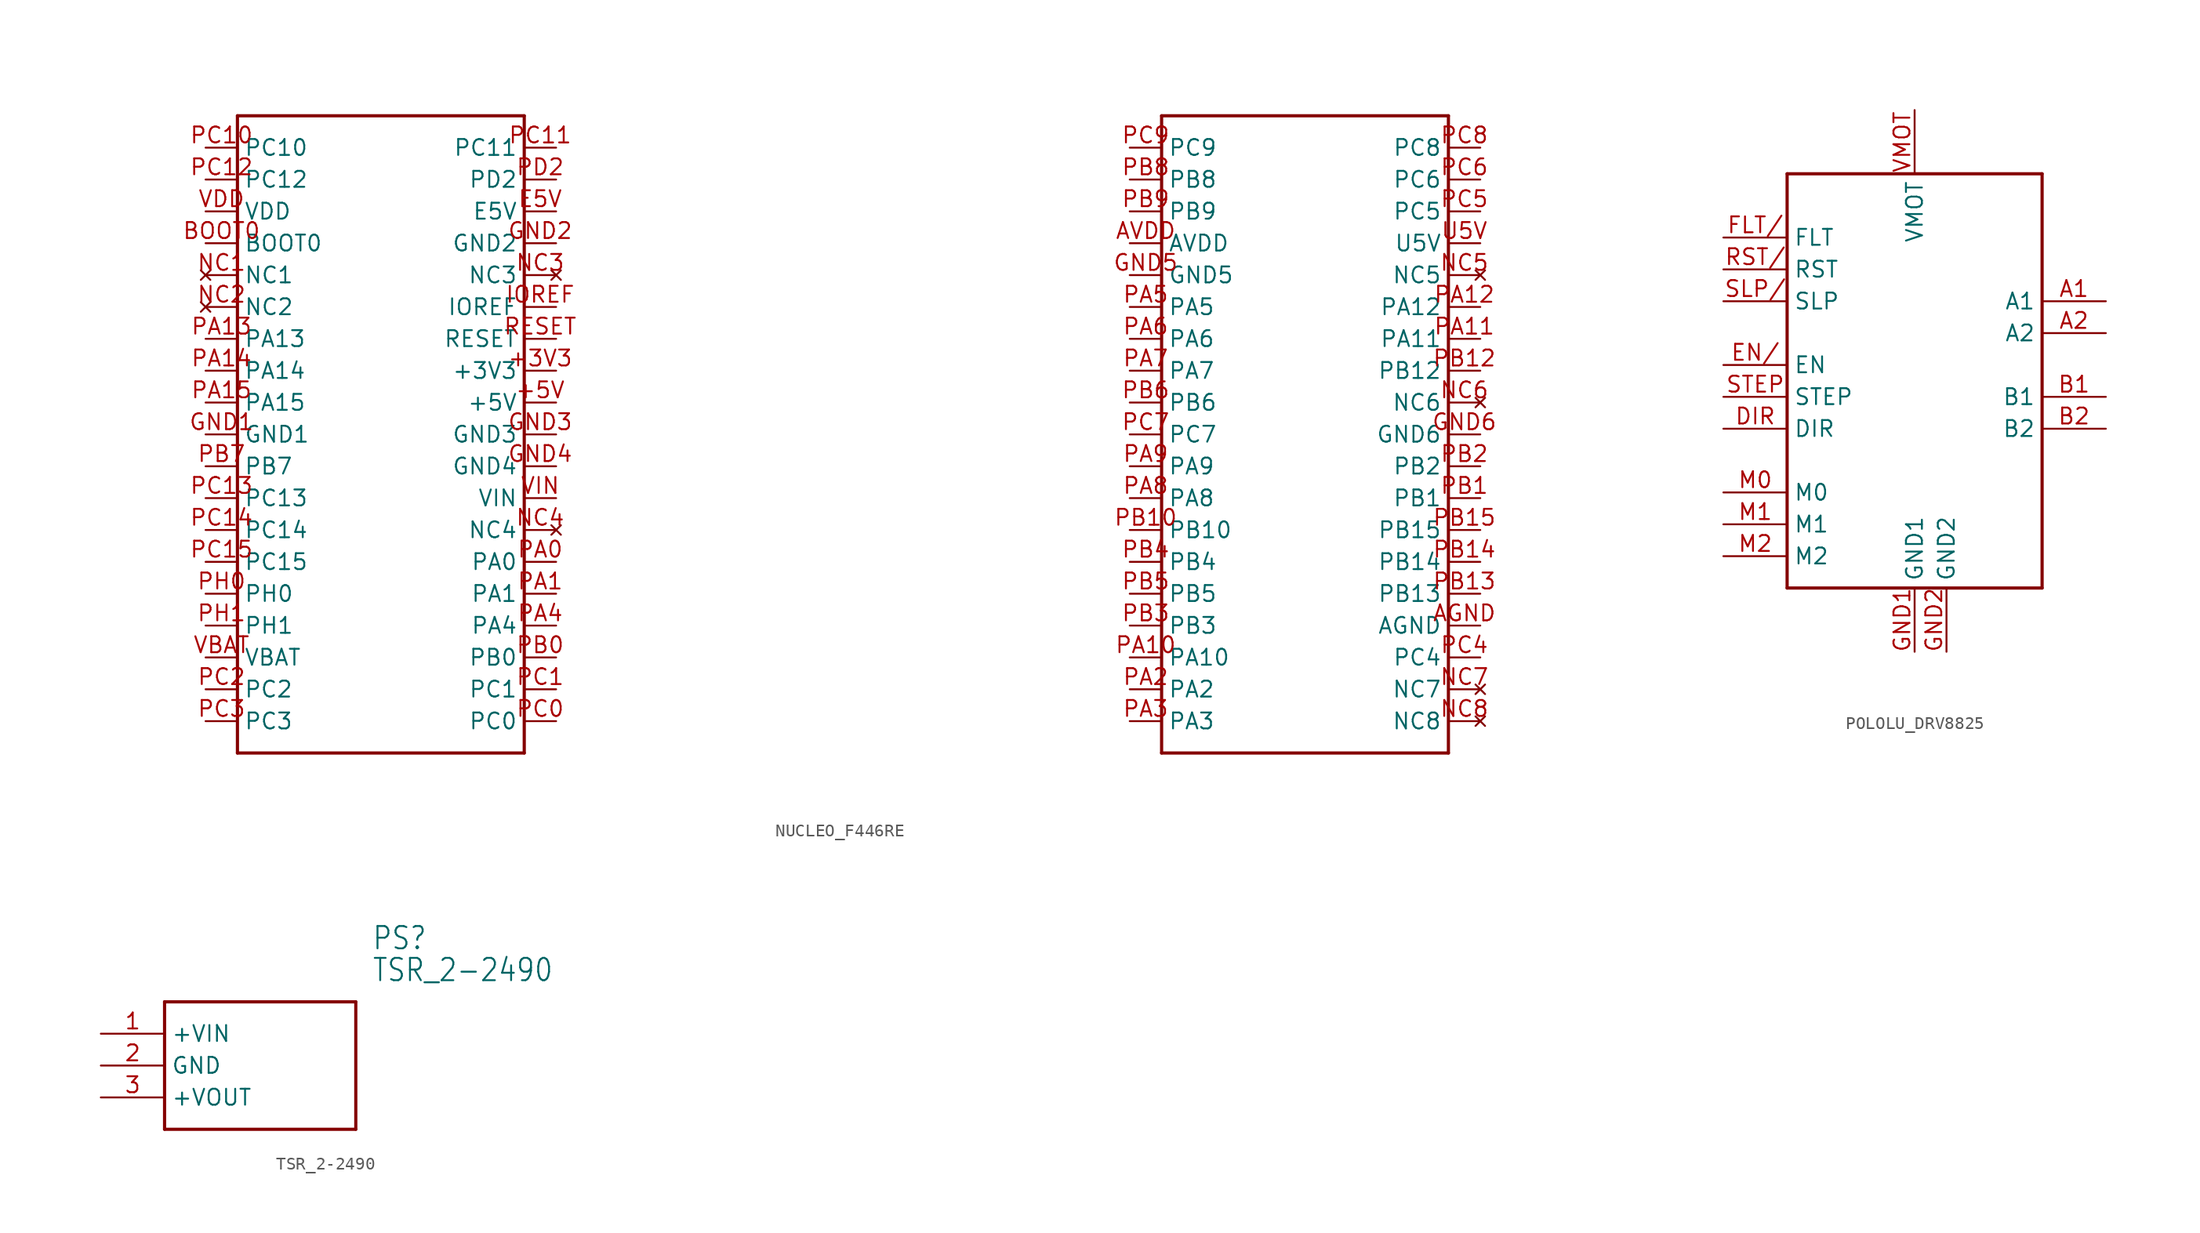
<source format=kicad_sym>
(kicad_symbol_lib
  (version 20211014)
  (generator kicad_symbol_editor)
  (symbol "NUCLEO_F446RE"
    (property "Reference" ""
      (at 0 0 0)
      (effects (font (size 1.27 1.27)) hide))
    (property "ki_locked" ""
      (at 0 0 0)
      (effects (font (size 1.27 1.27))))
    (symbol "NUCLEO_F446RE_1_0"
      (polyline (pts (xy -50.8 -25.4) (xy -50.8 25.4)) (stroke (width 0.254) (type default) (color 0 0 0 0)) (fill (type none)))
      (polyline (pts (xy -50.8 25.4) (xy -27.94 25.4)) (stroke (width 0.254) (type default) (color 0 0 0 0)) (fill (type none)))
      (polyline (pts (xy -27.94 -25.4) (xy -50.8 -25.4)) (stroke (width 0.254) (type default) (color 0 0 0 0)) (fill (type none)))
      (polyline (pts (xy -27.94 25.4) (xy -27.94 -25.4)) (stroke (width 0.254) (type default) (color 0 0 0 0)) (fill (type none)))
      (polyline (pts (xy 22.86 -25.4) (xy 22.86 25.4)) (stroke (width 0.254) (type default) (color 0 0 0 0)) (fill (type none)))
      (polyline (pts (xy 22.86 25.4) (xy 45.72 25.4)) (stroke (width 0.254) (type default) (color 0 0 0 0)) (fill (type none)))
      (polyline (pts (xy 45.72 -25.4) (xy 22.86 -25.4)) (stroke (width 0.254) (type default) (color 0 0 0 0)) (fill (type none)))
      (polyline (pts (xy 45.72 25.4) (xy 45.72 -25.4)) (stroke (width 0.254) (type default) (color 0 0 0 0)) (fill (type none)))
      (pin bidirectional line (at -25.4 5.08 180) (length 2.54) (name "+3V3" (effects (font (size 1.27 1.27)))) (number "+3V3" (effects (font (size 1.27 1.27)))))
      (pin bidirectional line (at -25.4 2.54 180) (length 2.54) (name "+5V" (effects (font (size 1.27 1.27)))) (number "+5V" (effects (font (size 1.27 1.27)))))
      (pin bidirectional line (at 48.26 -15.24 180) (length 2.54) (name "AGND" (effects (font (size 1.27 1.27)))) (number "AGND" (effects (font (size 1.27 1.27)))))
      (pin bidirectional line (at 20.32 15.24 0) (length 2.54) (name "AVDD" (effects (font (size 1.27 1.27)))) (number "AVDD" (effects (font (size 1.27 1.27)))))
      (pin bidirectional line (at -53.34 15.24 0) (length 2.54) (name "BOOT0" (effects (font (size 1.27 1.27)))) (number "BOOT0" (effects (font (size 1.27 1.27)))))
      (pin bidirectional line (at -25.4 17.78 180) (length 2.54) (name "E5V" (effects (font (size 1.27 1.27)))) (number "E5V" (effects (font (size 1.27 1.27)))))
      (pin bidirectional line (at -53.34 0 0) (length 2.54) (name "GND1" (effects (font (size 1.27 1.27)))) (number "GND1" (effects (font (size 1.27 1.27)))))
      (pin bidirectional line (at -25.4 15.24 180) (length 2.54) (name "GND2" (effects (font (size 1.27 1.27)))) (number "GND2" (effects (font (size 1.27 1.27)))))
      (pin bidirectional line (at -25.4 0 180) (length 2.54) (name "GND3" (effects (font (size 1.27 1.27)))) (number "GND3" (effects (font (size 1.27 1.27)))))
      (pin bidirectional line (at -25.4 -2.54 180) (length 2.54) (name "GND4" (effects (font (size 1.27 1.27)))) (number "GND4" (effects (font (size 1.27 1.27)))))
      (pin bidirectional line (at 20.32 12.7 0) (length 2.54) (name "GND5" (effects (font (size 1.27 1.27)))) (number "GND5" (effects (font (size 1.27 1.27)))))
      (pin bidirectional line (at 48.26 0 180) (length 2.54) (name "GND6" (effects (font (size 1.27 1.27)))) (number "GND6" (effects (font (size 1.27 1.27)))))
      (pin bidirectional line (at -25.4 10.16 180) (length 2.54) (name "IOREF" (effects (font (size 1.27 1.27)))) (number "IOREF" (effects (font (size 1.27 1.27)))))
      (pin no_connect line (at -53.34 12.7 0) (length 2.54) (name "NC1" (effects (font (size 1.27 1.27)))) (number "NC1" (effects (font (size 1.27 1.27)))))
      (pin no_connect line (at -53.34 10.16 0) (length 2.54) (name "NC2" (effects (font (size 1.27 1.27)))) (number "NC2" (effects (font (size 1.27 1.27)))))
      (pin no_connect line (at -25.4 12.7 180) (length 2.54) (name "NC3" (effects (font (size 1.27 1.27)))) (number "NC3" (effects (font (size 1.27 1.27)))))
      (pin no_connect line (at -25.4 -7.62 180) (length 2.54) (name "NC4" (effects (font (size 1.27 1.27)))) (number "NC4" (effects (font (size 1.27 1.27)))))
      (pin no_connect line (at 48.26 12.7 180) (length 2.54) (name "NC5" (effects (font (size 1.27 1.27)))) (number "NC5" (effects (font (size 1.27 1.27)))))
      (pin no_connect line (at 48.26 2.54 180) (length 2.54) (name "NC6" (effects (font (size 1.27 1.27)))) (number "NC6" (effects (font (size 1.27 1.27)))))
      (pin no_connect line (at 48.26 -20.32 180) (length 2.54) (name "NC7" (effects (font (size 1.27 1.27)))) (number "NC7" (effects (font (size 1.27 1.27)))))
      (pin no_connect line (at 48.26 -22.86 180) (length 2.54) (name "NC8" (effects (font (size 1.27 1.27)))) (number "NC8" (effects (font (size 1.27 1.27)))))
      (pin bidirectional line (at -25.4 -10.16 180) (length 2.54) (name "PA0" (effects (font (size 1.27 1.27)))) (number "PA0" (effects (font (size 1.27 1.27)))))
      (pin bidirectional line (at -25.4 -12.7 180) (length 2.54) (name "PA1" (effects (font (size 1.27 1.27)))) (number "PA1" (effects (font (size 1.27 1.27)))))
      (pin bidirectional line (at 20.32 -17.78 0) (length 2.54) (name "PA10" (effects (font (size 1.27 1.27)))) (number "PA10" (effects (font (size 1.27 1.27)))))
      (pin bidirectional line (at 48.26 7.62 180) (length 2.54) (name "PA11" (effects (font (size 1.27 1.27)))) (number "PA11" (effects (font (size 1.27 1.27)))))
      (pin bidirectional line (at 48.26 10.16 180) (length 2.54) (name "PA12" (effects (font (size 1.27 1.27)))) (number "PA12" (effects (font (size 1.27 1.27)))))
      (pin bidirectional line (at -53.34 7.62 0) (length 2.54) (name "PA13" (effects (font (size 1.27 1.27)))) (number "PA13" (effects (font (size 1.27 1.27)))))
      (pin bidirectional line (at -53.34 5.08 0) (length 2.54) (name "PA14" (effects (font (size 1.27 1.27)))) (number "PA14" (effects (font (size 1.27 1.27)))))
      (pin bidirectional line (at -53.34 2.54 0) (length 2.54) (name "PA15" (effects (font (size 1.27 1.27)))) (number "PA15" (effects (font (size 1.27 1.27)))))
      (pin bidirectional line (at 20.32 -20.32 0) (length 2.54) (name "PA2" (effects (font (size 1.27 1.27)))) (number "PA2" (effects (font (size 1.27 1.27)))))
      (pin bidirectional line (at 20.32 -22.86 0) (length 2.54) (name "PA3" (effects (font (size 1.27 1.27)))) (number "PA3" (effects (font (size 1.27 1.27)))))
      (pin bidirectional line (at -25.4 -15.24 180) (length 2.54) (name "PA4" (effects (font (size 1.27 1.27)))) (number "PA4" (effects (font (size 1.27 1.27)))))
      (pin bidirectional line (at 20.32 10.16 0) (length 2.54) (name "PA5" (effects (font (size 1.27 1.27)))) (number "PA5" (effects (font (size 1.27 1.27)))))
      (pin bidirectional line (at 20.32 7.62 0) (length 2.54) (name "PA6" (effects (font (size 1.27 1.27)))) (number "PA6" (effects (font (size 1.27 1.27)))))
      (pin bidirectional line (at 20.32 5.08 0) (length 2.54) (name "PA7" (effects (font (size 1.27 1.27)))) (number "PA7" (effects (font (size 1.27 1.27)))))
      (pin bidirectional line (at 20.32 -5.08 0) (length 2.54) (name "PA8" (effects (font (size 1.27 1.27)))) (number "PA8" (effects (font (size 1.27 1.27)))))
      (pin bidirectional line (at 20.32 -2.54 0) (length 2.54) (name "PA9" (effects (font (size 1.27 1.27)))) (number "PA9" (effects (font (size 1.27 1.27)))))
      (pin bidirectional line (at -25.4 -17.78 180) (length 2.54) (name "PB0" (effects (font (size 1.27 1.27)))) (number "PB0" (effects (font (size 1.27 1.27)))))
      (pin bidirectional line (at 48.26 -5.08 180) (length 2.54) (name "PB1" (effects (font (size 1.27 1.27)))) (number "PB1" (effects (font (size 1.27 1.27)))))
      (pin bidirectional line (at 20.32 -7.62 0) (length 2.54) (name "PB10" (effects (font (size 1.27 1.27)))) (number "PB10" (effects (font (size 1.27 1.27)))))
      (pin bidirectional line (at 48.26 5.08 180) (length 2.54) (name "PB12" (effects (font (size 1.27 1.27)))) (number "PB12" (effects (font (size 1.27 1.27)))))
      (pin bidirectional line (at 48.26 -12.7 180) (length 2.54) (name "PB13" (effects (font (size 1.27 1.27)))) (number "PB13" (effects (font (size 1.27 1.27)))))
      (pin bidirectional line (at 48.26 -10.16 180) (length 2.54) (name "PB14" (effects (font (size 1.27 1.27)))) (number "PB14" (effects (font (size 1.27 1.27)))))
      (pin bidirectional line (at 48.26 -7.62 180) (length 2.54) (name "PB15" (effects (font (size 1.27 1.27)))) (number "PB15" (effects (font (size 1.27 1.27)))))
      (pin bidirectional line (at 48.26 -2.54 180) (length 2.54) (name "PB2" (effects (font (size 1.27 1.27)))) (number "PB2" (effects (font (size 1.27 1.27)))))
      (pin bidirectional line (at 20.32 -15.24 0) (length 2.54) (name "PB3" (effects (font (size 1.27 1.27)))) (number "PB3" (effects (font (size 1.27 1.27)))))
      (pin bidirectional line (at 20.32 -10.16 0) (length 2.54) (name "PB4" (effects (font (size 1.27 1.27)))) (number "PB4" (effects (font (size 1.27 1.27)))))
      (pin bidirectional line (at 20.32 -12.7 0) (length 2.54) (name "PB5" (effects (font (size 1.27 1.27)))) (number "PB5" (effects (font (size 1.27 1.27)))))
      (pin bidirectional line (at 20.32 2.54 0) (length 2.54) (name "PB6" (effects (font (size 1.27 1.27)))) (number "PB6" (effects (font (size 1.27 1.27)))))
      (pin bidirectional line (at -53.34 -2.54 0) (length 2.54) (name "PB7" (effects (font (size 1.27 1.27)))) (number "PB7" (effects (font (size 1.27 1.27)))))
      (pin bidirectional line (at 20.32 20.32 0) (length 2.54) (name "PB8" (effects (font (size 1.27 1.27)))) (number "PB8" (effects (font (size 1.27 1.27)))))
      (pin bidirectional line (at 20.32 17.78 0) (length 2.54) (name "PB9" (effects (font (size 1.27 1.27)))) (number "PB9" (effects (font (size 1.27 1.27)))))
      (pin bidirectional line (at -25.4 -22.86 180) (length 2.54) (name "PC0" (effects (font (size 1.27 1.27)))) (number "PC0" (effects (font (size 1.27 1.27)))))
      (pin bidirectional line (at -25.4 -20.32 180) (length 2.54) (name "PC1" (effects (font (size 1.27 1.27)))) (number "PC1" (effects (font (size 1.27 1.27)))))
      (pin bidirectional line (at -53.34 22.86 0) (length 2.54) (name "PC10" (effects (font (size 1.27 1.27)))) (number "PC10" (effects (font (size 1.27 1.27)))))
      (pin bidirectional line (at -25.4 22.86 180) (length 2.54) (name "PC11" (effects (font (size 1.27 1.27)))) (number "PC11" (effects (font (size 1.27 1.27)))))
      (pin bidirectional line (at -53.34 20.32 0) (length 2.54) (name "PC12" (effects (font (size 1.27 1.27)))) (number "PC12" (effects (font (size 1.27 1.27)))))
      (pin bidirectional line (at -53.34 -5.08 0) (length 2.54) (name "PC13" (effects (font (size 1.27 1.27)))) (number "PC13" (effects (font (size 1.27 1.27)))))
      (pin bidirectional line (at -53.34 -7.62 0) (length 2.54) (name "PC14" (effects (font (size 1.27 1.27)))) (number "PC14" (effects (font (size 1.27 1.27)))))
      (pin bidirectional line (at -53.34 -10.16 0) (length 2.54) (name "PC15" (effects (font (size 1.27 1.27)))) (number "PC15" (effects (font (size 1.27 1.27)))))
      (pin bidirectional line (at -53.34 -20.32 0) (length 2.54) (name "PC2" (effects (font (size 1.27 1.27)))) (number "PC2" (effects (font (size 1.27 1.27)))))
      (pin bidirectional line (at -53.34 -22.86 0) (length 2.54) (name "PC3" (effects (font (size 1.27 1.27)))) (number "PC3" (effects (font (size 1.27 1.27)))))
      (pin bidirectional line (at 48.26 -17.78 180) (length 2.54) (name "PC4" (effects (font (size 1.27 1.27)))) (number "PC4" (effects (font (size 1.27 1.27)))))
      (pin bidirectional line (at 48.26 17.78 180) (length 2.54) (name "PC5" (effects (font (size 1.27 1.27)))) (number "PC5" (effects (font (size 1.27 1.27)))))
      (pin bidirectional line (at 48.26 20.32 180) (length 2.54) (name "PC6" (effects (font (size 1.27 1.27)))) (number "PC6" (effects (font (size 1.27 1.27)))))
      (pin bidirectional line (at 20.32 0 0) (length 2.54) (name "PC7" (effects (font (size 1.27 1.27)))) (number "PC7" (effects (font (size 1.27 1.27)))))
      (pin bidirectional line (at 48.26 22.86 180) (length 2.54) (name "PC8" (effects (font (size 1.27 1.27)))) (number "PC8" (effects (font (size 1.27 1.27)))))
      (pin bidirectional line (at 20.32 22.86 0) (length 2.54) (name "PC9" (effects (font (size 1.27 1.27)))) (number "PC9" (effects (font (size 1.27 1.27)))))
      (pin bidirectional line (at -25.4 20.32 180) (length 2.54) (name "PD2" (effects (font (size 1.27 1.27)))) (number "PD2" (effects (font (size 1.27 1.27)))))
      (pin bidirectional line (at -53.34 -12.7 0) (length 2.54) (name "PH0" (effects (font (size 1.27 1.27)))) (number "PH0" (effects (font (size 1.27 1.27)))))
      (pin bidirectional line (at -53.34 -15.24 0) (length 2.54) (name "PH1" (effects (font (size 1.27 1.27)))) (number "PH1" (effects (font (size 1.27 1.27)))))
      (pin bidirectional line (at -25.4 7.62 180) (length 2.54) (name "RESET" (effects (font (size 1.27 1.27)))) (number "RESET" (effects (font (size 1.27 1.27)))))
      (pin bidirectional line (at 48.26 15.24 180) (length 2.54) (name "U5V" (effects (font (size 1.27 1.27)))) (number "U5V" (effects (font (size 1.27 1.27)))))
      (pin bidirectional line (at -53.34 -17.78 0) (length 2.54) (name "VBAT" (effects (font (size 1.27 1.27)))) (number "VBAT" (effects (font (size 1.27 1.27)))))
      (pin bidirectional line (at -53.34 17.78 0) (length 2.54) (name "VDD" (effects (font (size 1.27 1.27)))) (number "VDD" (effects (font (size 1.27 1.27)))))
      (pin bidirectional line (at -25.4 -5.08 180) (length 2.54) (name "VIN" (effects (font (size 1.27 1.27)))) (number "VIN" (effects (font (size 1.27 1.27)))))))
  (symbol "POLOLU_DRV8825"
    (property "Reference" ""
      (at 0 0 0)
      (effects (font (size 1.27 1.27)) hide))
    (property "ki_locked" ""
      (at 0 0 0)
      (effects (font (size 1.27 1.27))))
    (symbol "POLOLU_DRV8825_1_0"
      (polyline (pts (xy -10.16 -17.78) (xy 10.16 -17.78)) (stroke (width 0.254) (type default) (color 0 0 0 0)) (fill (type none)))
      (polyline (pts (xy -10.16 15.24) (xy -10.16 -17.78)) (stroke (width 0.254) (type default) (color 0 0 0 0)) (fill (type none)))
      (polyline (pts (xy 10.16 -17.78) (xy 10.16 15.24)) (stroke (width 0.254) (type default) (color 0 0 0 0)) (fill (type none)))
      (polyline (pts (xy 10.16 15.24) (xy -10.16 15.24)) (stroke (width 0.254) (type default) (color 0 0 0 0)) (fill (type none)))
      (pin bidirectional line (at 15.24 5.08 180) (length 5.08) (name "A1" (effects (font (size 1.27 1.27)))) (number "A1" (effects (font (size 1.27 1.27)))))
      (pin bidirectional line (at 15.24 2.54 180) (length 5.08) (name "A2" (effects (font (size 1.27 1.27)))) (number "A2" (effects (font (size 1.27 1.27)))))
      (pin bidirectional line (at 15.24 -2.54 180) (length 5.08) (name "B1" (effects (font (size 1.27 1.27)))) (number "B1" (effects (font (size 1.27 1.27)))))
      (pin bidirectional line (at 15.24 -5.08 180) (length 5.08) (name "B2" (effects (font (size 1.27 1.27)))) (number "B2" (effects (font (size 1.27 1.27)))))
      (pin bidirectional line (at -15.24 -5.08 0) (length 5.08) (name "DIR" (effects (font (size 1.27 1.27)))) (number "DIR" (effects (font (size 1.27 1.27)))))
      (pin bidirectional line (at -15.24 0 0) (length 5.08) (name "EN" (effects (font (size 1.27 1.27)))) (number "EN/" (effects (font (size 1.27 1.27)))))
      (pin bidirectional line (at -15.24 10.16 0) (length 5.08) (name "FLT" (effects (font (size 1.27 1.27)))) (number "FLT/" (effects (font (size 1.27 1.27)))))
      (pin bidirectional line (at 0 -22.86 90) (length 5.08) (name "GND1" (effects (font (size 1.27 1.27)))) (number "GND1" (effects (font (size 1.27 1.27)))))
      (pin bidirectional line (at 2.54 -22.86 90) (length 5.08) (name "GND2" (effects (font (size 1.27 1.27)))) (number "GND2" (effects (font (size 1.27 1.27)))))
      (pin bidirectional line (at -15.24 -10.16 0) (length 5.08) (name "M0" (effects (font (size 1.27 1.27)))) (number "M0" (effects (font (size 1.27 1.27)))))
      (pin bidirectional line (at -15.24 -12.7 0) (length 5.08) (name "M1" (effects (font (size 1.27 1.27)))) (number "M1" (effects (font (size 1.27 1.27)))))
      (pin bidirectional line (at -15.24 -15.24 0) (length 5.08) (name "M2" (effects (font (size 1.27 1.27)))) (number "M2" (effects (font (size 1.27 1.27)))))
      (pin bidirectional line (at -15.24 7.62 0) (length 5.08) (name "RST" (effects (font (size 1.27 1.27)))) (number "RST/" (effects (font (size 1.27 1.27)))))
      (pin bidirectional line (at -15.24 5.08 0) (length 5.08) (name "SLP" (effects (font (size 1.27 1.27)))) (number "SLP/" (effects (font (size 1.27 1.27)))))
      (pin bidirectional line (at -15.24 -2.54 0) (length 5.08) (name "STEP" (effects (font (size 1.27 1.27)))) (number "STEP" (effects (font (size 1.27 1.27)))))
      (pin bidirectional line (at 0 20.32 270) (length 5.08) (name "VMOT" (effects (font (size 1.27 1.27)))) (number "VMOT" (effects (font (size 1.27 1.27)))))))
  (symbol "TSR_2-2490"
    (property "Reference" "PS"
      (at 21.59 7.62 0)
      (effects (font (size 1.778 1.511)) (justify left)))
    (property "Value" "TSR_2-2490"
      (at 21.59 5.08 0)
      (effects (font (size 1.778 1.511)) (justify left)))
    (property "ki_locked" ""
      (at 0 0 0)
      (effects (font (size 1.27 1.27))))
    (symbol "TSR_2-2490_1_0"
      (polyline (pts (xy 5.08 2.54) (xy 5.08 -7.62)) (stroke (width 0.254) (type default) (color 0 0 0 0)) (fill (type none)))
      (polyline (pts (xy 5.08 2.54) (xy 20.32 2.54)) (stroke (width 0.254) (type default) (color 0 0 0 0)) (fill (type none)))
      (polyline (pts (xy 20.32 -7.62) (xy 5.08 -7.62)) (stroke (width 0.254) (type default) (color 0 0 0 0)) (fill (type none)))
      (polyline (pts (xy 20.32 -7.62) (xy 20.32 2.54)) (stroke (width 0.254) (type default) (color 0 0 0 0)) (fill (type none)))
      (pin bidirectional line (at 0 0 0) (length 5.08) (name "+VIN" (effects (font (size 1.27 1.27)))) (number "1" (effects (font (size 1.27 1.27)))))
      (pin bidirectional line (at 0 -2.54 0) (length 5.08) (name "GND" (effects (font (size 1.27 1.27)))) (number "2" (effects (font (size 1.27 1.27)))))
      (pin bidirectional line (at 0 -5.08 0) (length 5.08) (name "+VOUT" (effects (font (size 1.27 1.27)))) (number "3" (effects (font (size 1.27 1.27))))))))
</source>
